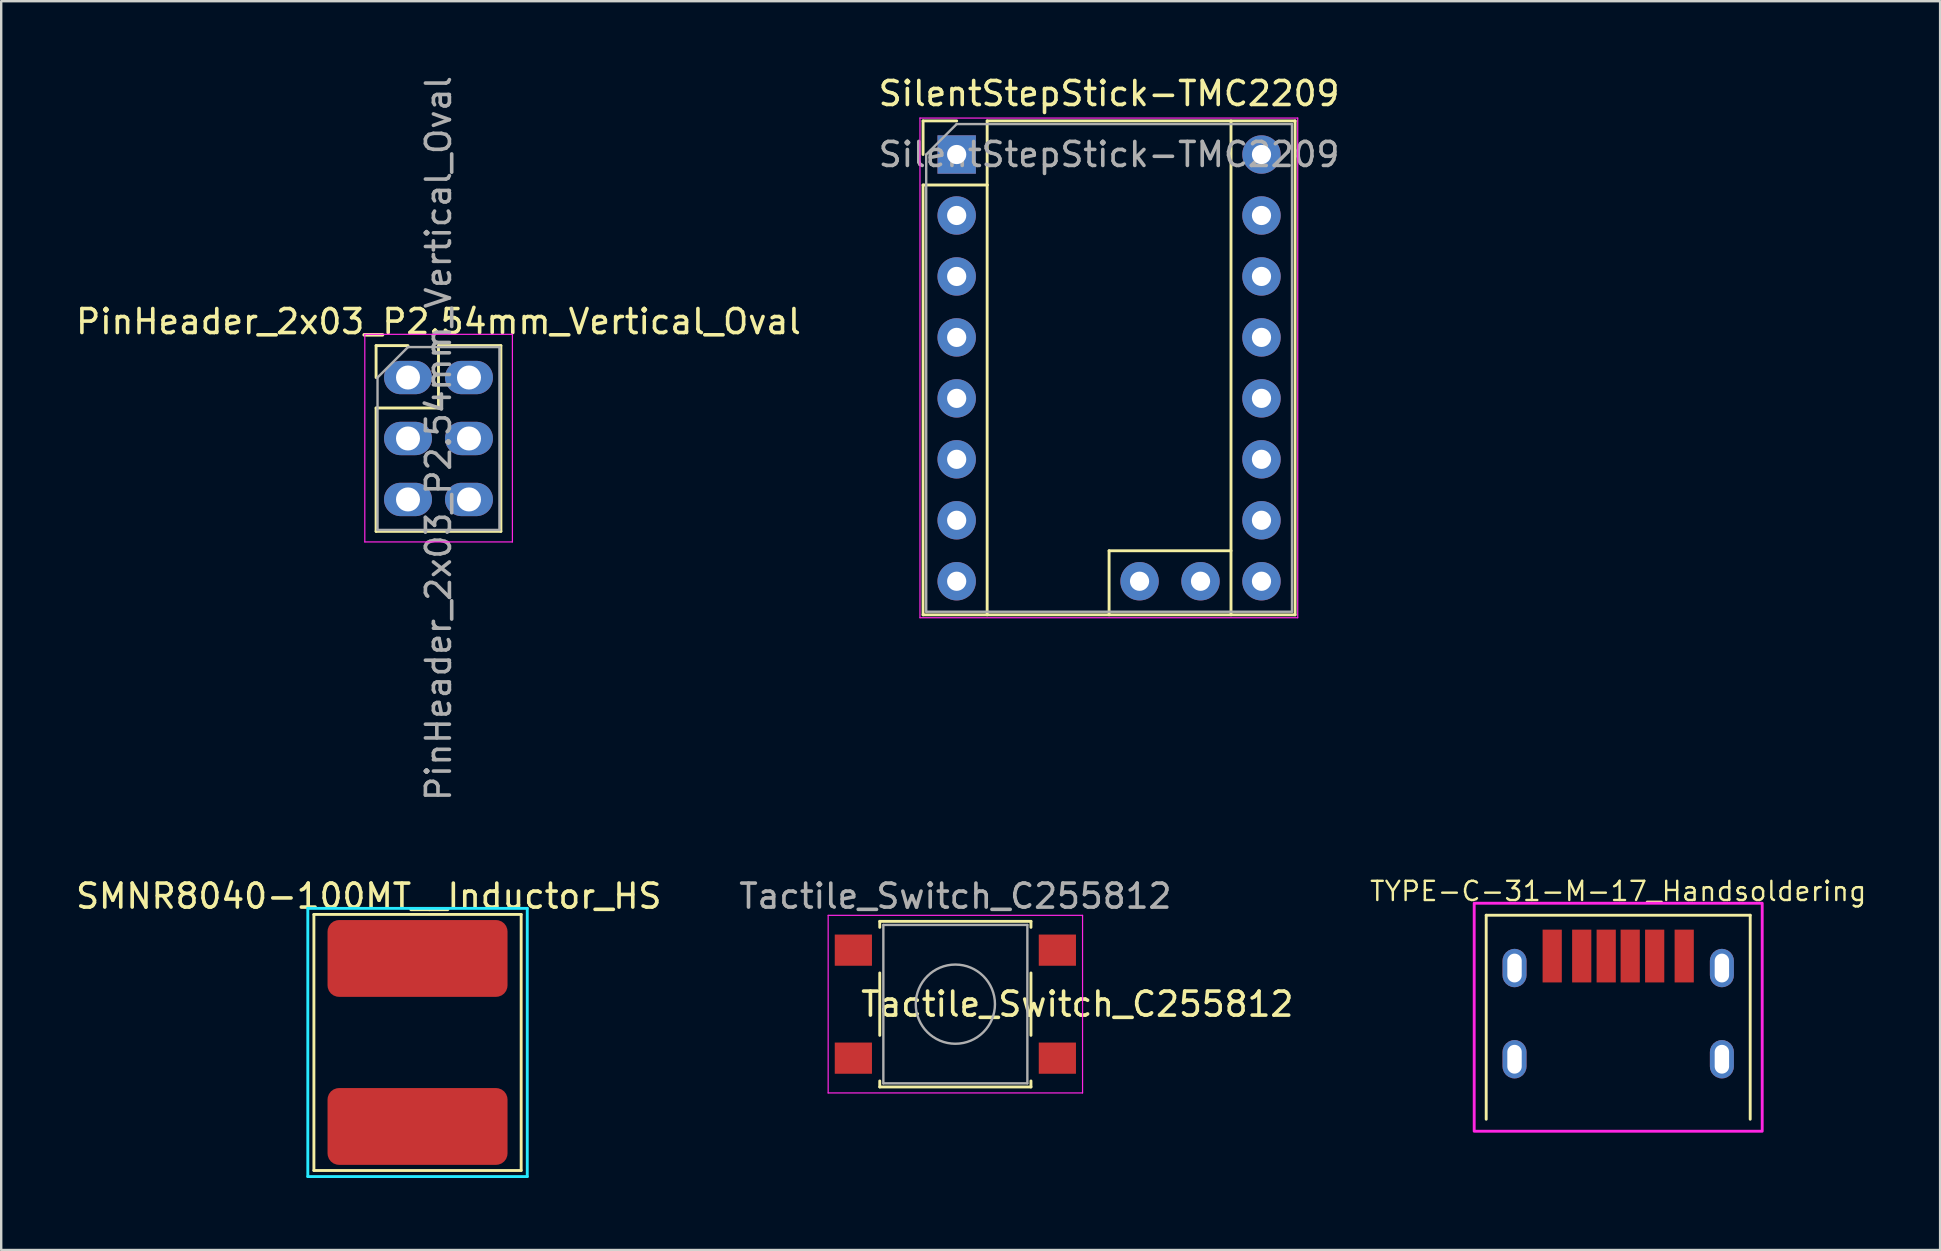
<source format=kicad_pcb>
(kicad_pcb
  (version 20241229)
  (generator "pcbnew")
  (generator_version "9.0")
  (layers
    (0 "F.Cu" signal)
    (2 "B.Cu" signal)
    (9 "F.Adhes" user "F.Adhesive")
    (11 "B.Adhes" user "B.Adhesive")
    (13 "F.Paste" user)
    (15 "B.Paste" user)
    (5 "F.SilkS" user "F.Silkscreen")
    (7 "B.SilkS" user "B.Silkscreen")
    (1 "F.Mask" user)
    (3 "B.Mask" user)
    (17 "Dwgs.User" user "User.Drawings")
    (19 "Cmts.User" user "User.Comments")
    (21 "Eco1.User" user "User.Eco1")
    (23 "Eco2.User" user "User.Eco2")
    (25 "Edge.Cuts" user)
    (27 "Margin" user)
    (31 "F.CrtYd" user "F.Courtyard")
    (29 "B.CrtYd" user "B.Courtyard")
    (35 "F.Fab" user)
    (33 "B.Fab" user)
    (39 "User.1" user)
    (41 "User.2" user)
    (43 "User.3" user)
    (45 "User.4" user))
  (footprint "SMNR8040-100MT__Inductor_HS"
    (layer "F.Cu")
    (at 14.347 40.385)
    (property "Reference" "SMNR8040-100MT__Inductor_HS" (at -2.032 -6.096 0) (layer "F.SilkS") (effects (font (size 1 1) (thickness 0.15))))
    (attr through_hole)
    (fp_line (start -4.318 -5.334) (end 4.318 -5.334) (stroke (width 0.12) (type solid)) (layer "F.SilkS"))
    (fp_line (start -4.318 5.334) (end -4.318 -5.334) (stroke (width 0.12) (type solid)) (layer "F.SilkS"))
    (fp_line (start 4.318 -5.334) (end 4.318 5.334) (stroke (width 0.12) (type solid)) (layer "F.SilkS"))
    (fp_line (start 4.318 5.334) (end -4.318 5.334) (stroke (width 0.12) (type solid)) (layer "F.SilkS"))
    (fp_line (start -4.572 -5.588) (end -4.572 5.588) (stroke (width 0.12) (type solid)) (layer "B.CrtYd"))
    (fp_line (start -4.572 5.588) (end 4.572 5.588) (stroke (width 0.12) (type solid)) (layer "B.CrtYd"))
    (fp_line (start 4.572 -5.588) (end -4.572 -5.588) (stroke (width 0.12) (type solid)) (layer "B.CrtYd"))
    (fp_line (start 4.572 5.588) (end 4.572 -5.588) (stroke (width 0.12) (type solid)) (layer "B.CrtYd"))
    (pad "1" smd roundrect (at 0 -3.5) (size 7.5 3.2) (layers "F.Cu" "F.Mask" "F.Paste") (roundrect_rratio 0.15))
    (pad "2" smd roundrect (at 0 3.5) (size 7.5 3.2) (layers "F.Cu" "F.Mask" "F.Paste") (roundrect_rratio 0.15)))
  (footprint "PinHeader_2x03_P2.54mm_Vertical_Oval"
    (layer "F.Cu")
    (at 13.95 12.68)
    (property "Reference" "PinHeader_2x03_P2.54mm_Vertical_Oval" (at 1.27 -2.33 0) (layer "F.SilkS") (effects (font (size 1 1) (thickness 0.15))))
    (attr through_hole)
    (fp_line (start -1.33 -1.33) (end 0 -1.33) (stroke (width 0.12) (type solid)) (layer "F.SilkS"))
    (fp_line (start -1.33 0) (end -1.33 -1.33) (stroke (width 0.12) (type solid)) (layer "F.SilkS"))
    (fp_line (start -1.33 1.27) (end -1.33 6.41) (stroke (width 0.12) (type solid)) (layer "F.SilkS"))
    (fp_line (start -1.33 1.27) (end 1.27 1.27) (stroke (width 0.12) (type solid)) (layer "F.SilkS"))
    (fp_line (start -1.33 6.41) (end 3.87 6.41) (stroke (width 0.12) (type solid)) (layer "F.SilkS"))
    (fp_line (start 1.27 -1.33) (end 3.87 -1.33) (stroke (width 0.12) (type solid)) (layer "F.SilkS"))
    (fp_line (start 1.27 1.27) (end 1.27 -1.33) (stroke (width 0.12) (type solid)) (layer "F.SilkS"))
    (fp_line (start 3.87 -1.33) (end 3.87 6.41) (stroke (width 0.12) (type solid)) (layer "F.SilkS"))
    (fp_line (start -1.8 -1.8) (end -1.8 6.85) (stroke (width 0.05) (type solid)) (layer "F.CrtYd"))
    (fp_line (start -1.8 6.85) (end 4.35 6.85) (stroke (width 0.05) (type solid)) (layer "F.CrtYd"))
    (fp_line (start 4.35 -1.8) (end -1.8 -1.8) (stroke (width 0.05) (type solid)) (layer "F.CrtYd"))
    (fp_line (start 4.35 6.85) (end 4.35 -1.8) (stroke (width 0.05) (type solid)) (layer "F.CrtYd"))
    (fp_line (start -1.27 0) (end 0 -1.27) (stroke (width 0.1) (type solid)) (layer "F.Fab"))
    (fp_line (start -1.27 6.35) (end -1.27 0) (stroke (width 0.1) (type solid)) (layer "F.Fab"))
    (fp_line (start 0 -1.27) (end 3.81 -1.27) (stroke (width 0.1) (type solid)) (layer "F.Fab"))
    (fp_line (start 3.81 -1.27) (end 3.81 6.35) (stroke (width 0.1) (type solid)) (layer "F.Fab"))
    (fp_line (start 3.81 6.35) (end -1.27 6.35) (stroke (width 0.1) (type solid)) (layer "F.Fab"))
    (fp_text user "${REFERENCE}" (at 1.27 2.54 270) (layer "F.Fab") (effects (font (size 1 1) (thickness 0.15))))
    (pad "1" thru_hole oval (at 0 0) (size 2 1.39) (drill 1) (layers "*.Cu" "*.Mask"))
    (pad "2" thru_hole oval (at 2.54 0) (size 2 1.39) (drill 1) (layers "*.Cu" "*.Mask"))
    (pad "3" thru_hole oval (at 0 2.54) (size 2 1.39) (drill 1) (layers "*.Cu" "*.Mask"))
    (pad "4" thru_hole oval (at 2.54 2.54) (size 2 1.39) (drill 1) (layers "*.Cu" "*.Mask"))
    (pad "5" thru_hole oval (at 0 5.08) (size 2 1.39) (drill 1) (layers "*.Cu" "*.Mask"))
    (pad "6" thru_hole oval (at 2.54 5.08) (size 2 1.39) (drill 1) (layers "*.Cu" "*.Mask")))
  (footprint "SilentStepStick-TMC2209"
    (layer "F.Cu")
    (at 36.811 3.388)
    (property "Reference" "SilentStepStick-TMC2209" (at 6.35 -2.54 0) (layer "F.SilkS") (effects (font (size 1 1) (thickness 0.15))))
    (attr through_hole)
    (fp_line (start -1.4 -1.4) (end -1.4 0) (stroke (width 0.12) (type solid)) (layer "F.SilkS"))
    (fp_line (start -1.4 1.27) (end -1.4 19.18) (stroke (width 0.12) (type solid)) (layer "F.SilkS"))
    (fp_line (start -1.4 19.18) (end 14.1 19.18) (stroke (width 0.12) (type solid)) (layer "F.SilkS"))
    (fp_line (start 0 -1.4) (end -1.4 -1.4) (stroke (width 0.12) (type solid)) (layer "F.SilkS"))
    (fp_line (start 1.27 -1.4) (end 1.27 1.27) (stroke (width 0.12) (type solid)) (layer "F.SilkS"))
    (fp_line (start 1.27 1.27) (end -1.4 1.27) (stroke (width 0.12) (type solid)) (layer "F.SilkS"))
    (fp_line (start 1.27 1.27) (end 1.27 19.18) (stroke (width 0.12) (type solid)) (layer "F.SilkS"))
    (fp_line (start 6.35 16.51) (end 6.35 19.18) (stroke (width 0.12) (type solid)) (layer "F.SilkS"))
    (fp_line (start 11.43 -1.4) (end 11.43 19.18) (stroke (width 0.12) (type solid)) (layer "F.SilkS"))
    (fp_line (start 11.43 16.51) (end 6.35 16.51) (stroke (width 0.12) (type solid)) (layer "F.SilkS"))
    (fp_line (start 14.1 -1.4) (end 1.27 -1.4) (stroke (width 0.12) (type solid)) (layer "F.SilkS"))
    (fp_line (start 14.1 19.18) (end 14.1 -1.4) (stroke (width 0.12) (type solid)) (layer "F.SilkS"))
    (fp_line (start -1.53 -1.52) (end -1.53 19.3) (stroke (width 0.05) (type solid)) (layer "F.CrtYd"))
    (fp_line (start -1.53 -1.52) (end 14.21 -1.52) (stroke (width 0.05) (type solid)) (layer "F.CrtYd"))
    (fp_line (start 14.21 19.3) (end -1.53 19.3) (stroke (width 0.05) (type solid)) (layer "F.CrtYd"))
    (fp_line (start 14.21 19.3) (end 14.21 -1.52) (stroke (width 0.05) (type solid)) (layer "F.CrtYd"))
    (fp_line (start -1.27 0) (end 0 -1.27) (stroke (width 0.1) (type solid)) (layer "F.Fab"))
    (fp_line (start -1.27 19.05) (end -1.27 0) (stroke (width 0.1) (type solid)) (layer "F.Fab"))
    (fp_line (start 0 -1.27) (end 13.97 -1.27) (stroke (width 0.1) (type solid)) (layer "F.Fab"))
    (fp_line (start 13.97 -1.27) (end 13.97 19.05) (stroke (width 0.1) (type solid)) (layer "F.Fab"))
    (fp_line (start 13.97 19.05) (end -1.27 19.05) (stroke (width 0.1) (type solid)) (layer "F.Fab"))
    (fp_text user "${REFERENCE}" (at 6.35 0 0) (layer "F.Fab") (effects (font (size 1 1) (thickness 0.15))))
    (pad "1" thru_hole rect (at 0 0) (size 1.6 1.6) (drill 0.8) (layers "*.Cu" "*.Mask"))
    (pad "2" thru_hole oval (at 0 2.54) (size 1.6 1.6) (drill 0.8) (layers "*.Cu" "*.Mask"))
    (pad "3" thru_hole oval (at 0 5.08) (size 1.6 1.6) (drill 0.8) (layers "*.Cu" "*.Mask"))
    (pad "4" thru_hole oval (at 0 7.62) (size 1.6 1.6) (drill 0.8) (layers "*.Cu" "*.Mask"))
    (pad "5" thru_hole oval (at 0 10.16) (size 1.6 1.6) (drill 0.8) (layers "*.Cu" "*.Mask"))
    (pad "6" thru_hole oval (at 0 12.7) (size 1.6 1.6) (drill 0.8) (layers "*.Cu" "*.Mask"))
    (pad "7" thru_hole oval (at 0 15.24) (size 1.6 1.6) (drill 0.8) (layers "*.Cu" "*.Mask"))
    (pad "8" thru_hole oval (at 0 17.78) (size 1.6 1.6) (drill 0.8) (layers "*.Cu" "*.Mask"))
    (pad "9" thru_hole oval (at 12.7 17.78) (size 1.6 1.6) (drill 0.8) (layers "*.Cu" "*.Mask"))
    (pad "10" thru_hole oval (at 12.7 15.24) (size 1.6 1.6) (drill 0.8) (layers "*.Cu" "*.Mask"))
    (pad "11" thru_hole oval (at 12.7 12.7) (size 1.6 1.6) (drill 0.8) (layers "*.Cu" "*.Mask"))
    (pad "12" thru_hole oval (at 12.7 10.16) (size 1.6 1.6) (drill 0.8) (layers "*.Cu" "*.Mask"))
    (pad "13" thru_hole oval (at 12.7 7.62) (size 1.6 1.6) (drill 0.8) (layers "*.Cu" "*.Mask"))
    (pad "14" thru_hole oval (at 12.7 5.08) (size 1.6 1.6) (drill 0.8) (layers "*.Cu" "*.Mask"))
    (pad "15" thru_hole oval (at 12.7 2.54) (size 1.6 1.6) (drill 0.8) (layers "*.Cu" "*.Mask"))
    (pad "16" thru_hole oval (at 12.7 0) (size 1.6 1.6) (drill 0.8) (layers "*.Cu" "*.Mask"))
    (pad "17" thru_hole oval (at 10.16 17.78) (size 1.6 1.6) (drill 0.8) (layers "*.Cu" "*.Mask"))
    (pad "18" thru_hole oval (at 7.62 17.78) (size 1.6 1.6) (drill 0.8) (layers "*.Cu" "*.Mask")))
  (footprint "TYPE-C-31-M-17_Handsoldering"
    (layer "F.Cu")
    (at 64.374 43.684)
    (property "Reference" "TYPE-C-31-M-17_Handsoldering" (at 0 -9.6 0) (layer "F.SilkS") (effects (font (size 0.8 0.8) (thickness 0.1))))
    (attr smd)
    (fp_line (start -5.5 -8.6) (end -5.5 -0.1) (stroke (width 0.12) (type default)) (layer "F.SilkS"))
    (fp_line (start 5.5 -8.6) (end -5.5 -8.6) (stroke (width 0.12) (type default)) (layer "F.SilkS"))
    (fp_line (start 5.5 -0.1) (end 5.5 -8.6) (stroke (width 0.12) (type default)) (layer "F.SilkS"))
    (fp_rect (start -6 -9.1) (end 6 0.4) (stroke (width 0.12) (type default)) (fill no) (layer "F.CrtYd"))
    (fp_line (start 4.5 0) (end -4.5 0) (stroke (width 0.12) (type default)) (layer "User.1"))
    (fp_text user "EDGE" (at 0 -0.35 0) (unlocked yes) (layer "User.1") (effects (font (size 1 1) (thickness 0.15)) (justify bottom)))
    (pad "A5" smd rect (at -0.5 -6.9) (size 0.8 2.2) (layers "F.Cu" "F.Mask" "F.Paste"))
    (pad "A9" smd rect (at 1.52 -6.9) (size 0.8 2.2) (layers "F.Cu" "F.Mask" "F.Paste"))
    (pad "A12" smd rect (at 2.75 -6.9) (size 0.8 2.2) (layers "F.Cu" "F.Mask" "F.Paste"))
    (pad "B5" smd rect (at 0.5 -6.9) (size 0.8 2.2) (layers "F.Cu" "F.Mask" "F.Paste"))
    (pad "B9" smd rect (at -1.52 -6.9) (size 0.8 2.2) (layers "F.Cu" "F.Mask" "F.Paste"))
    (pad "B12" smd rect (at -2.75 -6.9) (size 0.8 2.2) (layers "F.Cu" "F.Mask" "F.Paste"))
    (pad "S1" thru_hole roundrect (at -4.32 -6.4) (size 1 1.6) (drill oval 0.6 1.2) (layers "*.Cu" "*.Mask") (roundrect_rratio 0.5))
    (pad "S1" thru_hole roundrect (at -4.32 -2.6) (size 1 1.6) (drill oval 0.6 1.2) (layers "*.Cu" "*.Mask") (roundrect_rratio 0.5))
    (pad "S1" thru_hole roundrect (at 4.32 -6.4) (size 1 1.6) (drill oval 0.6 1.2) (layers "*.Cu" "*.Mask") (roundrect_rratio 0.5))
    (pad "S1" thru_hole roundrect (at 4.32 -2.6) (size 1 1.6) (drill oval 0.6 1.2) (layers "*.Cu" "*.Mask") (roundrect_rratio 0.5)))
  (footprint "Tactile_Switch_C255812"
    (layer "F.Cu")
    (at 36.756 38.789)
    (property "Reference" "Tactile_Switch_C255812" (at 5.08 0 180) (layer "F.SilkS") (effects (font (size 1 1) (thickness 0.15))))
    (attr smd)
    (fp_line (start -3.15 -3.45) (end 3.15 -3.45) (stroke (width 0.12) (type solid)) (layer "F.SilkS"))
    (fp_line (start -3.15 -3.2) (end -3.15 -3.45) (stroke (width 0.12) (type solid)) (layer "F.SilkS"))
    (fp_line (start -3.15 1.3) (end -3.15 -1.3) (stroke (width 0.12) (type solid)) (layer "F.SilkS"))
    (fp_line (start -3.15 3.45) (end -3.15 3.2) (stroke (width 0.12) (type solid)) (layer "F.SilkS"))
    (fp_line (start 3.15 -3.45) (end 3.15 -3.2) (stroke (width 0.12) (type solid)) (layer "F.SilkS"))
    (fp_line (start 3.15 -1.3) (end 3.15 1.3) (stroke (width 0.12) (type solid)) (layer "F.SilkS"))
    (fp_line (start 3.15 3.2) (end 3.15 3.45) (stroke (width 0.12) (type solid)) (layer "F.SilkS"))
    (fp_line (start 3.15 3.45) (end -3.15 3.45) (stroke (width 0.12) (type solid)) (layer "F.SilkS"))
    (fp_line (start -5.3 -3.7) (end -5.3 3.7) (stroke (width 0.05) (type solid)) (layer "F.CrtYd"))
    (fp_line (start -5.3 3.7) (end 5.3 3.7) (stroke (width 0.05) (type solid)) (layer "F.CrtYd"))
    (fp_line (start 5.3 -3.7) (end -5.3 -3.7) (stroke (width 0.05) (type solid)) (layer "F.CrtYd"))
    (fp_line (start 5.3 3.7) (end 5.3 -3.7) (stroke (width 0.05) (type solid)) (layer "F.CrtYd"))
    (fp_line (start -3 -3.3) (end 3 -3.3) (stroke (width 0.1) (type solid)) (layer "F.Fab"))
    (fp_line (start -3 3.3) (end -3 -3.3) (stroke (width 0.1) (type solid)) (layer "F.Fab"))
    (fp_line (start 3 -3.3) (end 3 3.3) (stroke (width 0.1) (type solid)) (layer "F.Fab"))
    (fp_line (start 3 3.3) (end -3 3.3) (stroke (width 0.1) (type solid)) (layer "F.Fab"))
    (fp_circle (center 0 0) (end 1.65 0) (stroke (width 0.1) (type solid)) (fill no) (layer "F.Fab"))
    (fp_text user "${REFERENCE}" (at 0 -4.5 0) (layer "F.Fab") (effects (font (size 1 1) (thickness 0.15))))
    (pad "1" smd rect (at -4.25 -2.25) (size 1.55 1.3) (layers "F.Cu" "F.Mask" "F.Paste"))
    (pad "1" smd rect (at 4.25 -2.25) (size 1.55 1.3) (layers "F.Cu" "F.Mask" "F.Paste"))
    (pad "2" smd rect (at -4.25 2.25) (size 1.55 1.3) (layers "F.Cu" "F.Mask" "F.Paste"))
    (pad "2" smd rect (at 4.25 2.25) (size 1.55 1.3) (layers "F.Cu" "F.Mask" "F.Paste")))
  (gr_rect
    (start -3 -3)
    (end 77.787 49.033)
    (stroke (width 0.1) (type default))
    (fill no)
    (layer "Edge.Cuts")))
</source>
